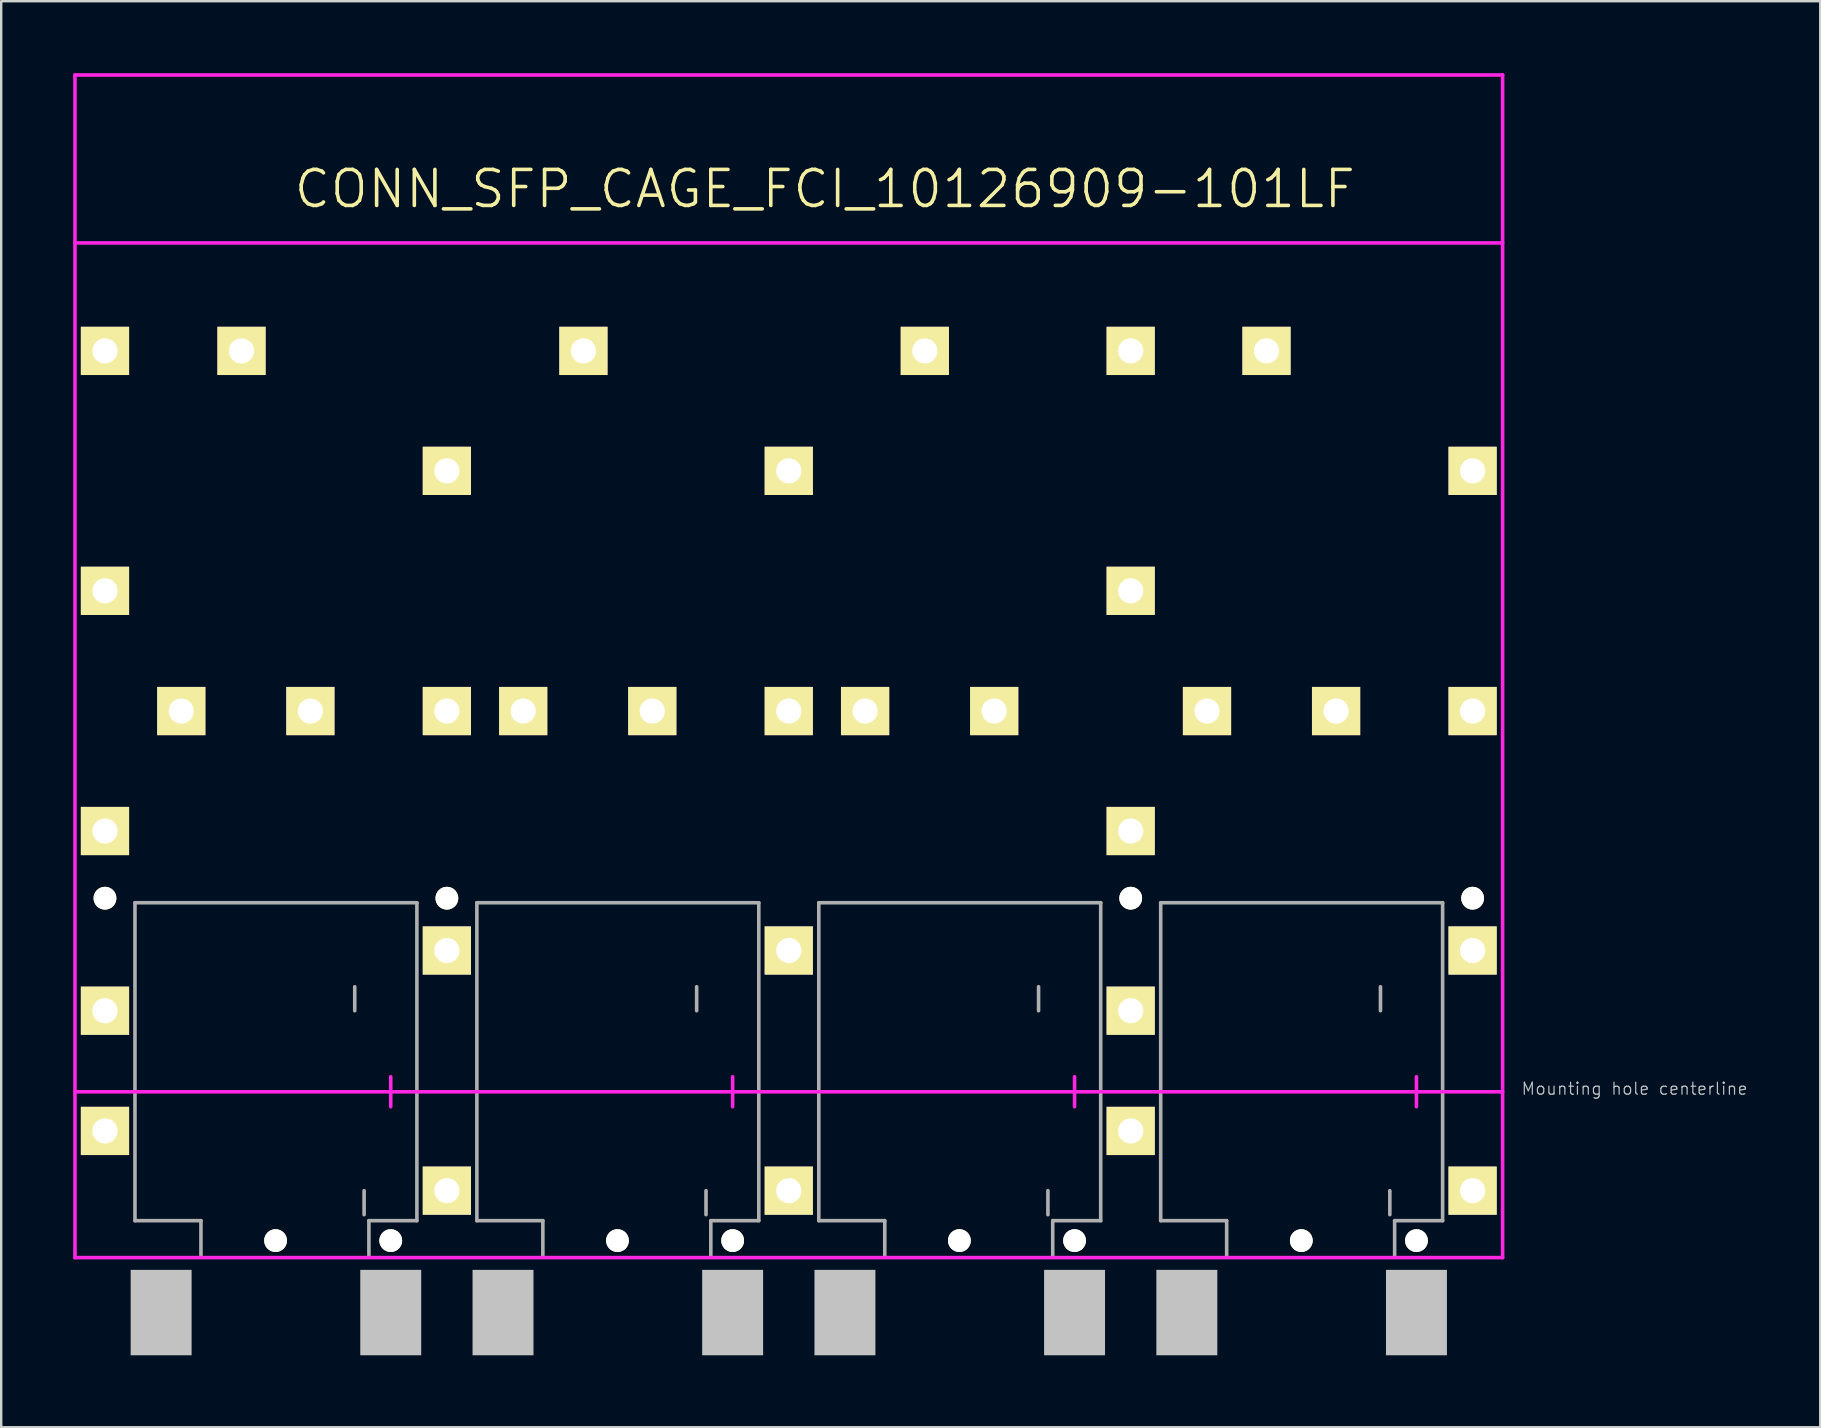
<source format=kicad_pcb>
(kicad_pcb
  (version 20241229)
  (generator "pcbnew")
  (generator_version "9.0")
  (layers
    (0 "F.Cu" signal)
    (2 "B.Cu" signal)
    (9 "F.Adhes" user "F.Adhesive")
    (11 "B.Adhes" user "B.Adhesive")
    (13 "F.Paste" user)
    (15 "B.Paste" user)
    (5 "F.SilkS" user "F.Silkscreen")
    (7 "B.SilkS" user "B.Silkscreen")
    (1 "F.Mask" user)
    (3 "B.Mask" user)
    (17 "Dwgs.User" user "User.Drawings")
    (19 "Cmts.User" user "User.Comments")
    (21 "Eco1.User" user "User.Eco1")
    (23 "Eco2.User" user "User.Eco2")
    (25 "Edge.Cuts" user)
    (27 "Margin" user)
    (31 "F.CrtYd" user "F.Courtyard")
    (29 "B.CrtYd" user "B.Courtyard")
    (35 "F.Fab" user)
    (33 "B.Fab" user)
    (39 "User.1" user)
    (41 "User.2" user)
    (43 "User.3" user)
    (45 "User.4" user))
  (footprint "CONN_SFP_CAGE_FCI_10126909-101LF"
    (layer "F.Cu")
    (at 58.325 7.075)
    (property "Reference" "CONN_SFP_CAGE_FCI_10126909-101LF" (at -27 -2.25 0) (layer "F.SilkS") (effects (font (size 1.5 1.5) (thickness 0.15))))
    (attr through_hole)
    (fp_line (start -58.25 -7) (end -58.25 42.29) (stroke (width 0.15) (type solid)) (layer "F.CrtYd"))
    (fp_line (start -58.25 -7) (end 1.25 -7) (stroke (width 0.15) (type solid)) (layer "F.CrtYd"))
    (fp_line (start -58.25 35.38) (end 1.25 35.38) (stroke (width 0.15) (type solid)) (layer "F.CrtYd"))
    (fp_line (start -58.25 42.29) (end 1.25 42.29) (stroke (width 0.15) (type solid)) (layer "F.CrtYd"))
    (fp_line (start -45.09 34.75) (end -45.09 36) (stroke (width 0.15) (type solid)) (layer "F.CrtYd"))
    (fp_line (start -30.84 34.75) (end -30.84 36) (stroke (width 0.15) (type solid)) (layer "F.CrtYd"))
    (fp_line (start -16.59 34.75) (end -16.59 36) (stroke (width 0.15) (type solid)) (layer "F.CrtYd"))
    (fp_line (start -2.34 34.75) (end -2.34 36) (stroke (width 0.15) (type solid)) (layer "F.CrtYd"))
    (fp_line (start 1.25 -7) (end 1.25 42.29) (stroke (width 0.15) (type solid)) (layer "F.CrtYd"))
    (fp_line (start 1.25 0) (end -58.25 0) (stroke (width 0.15) (type solid)) (layer "F.CrtYd"))
    (fp_line (start -55.75 27.5) (end -44 27.5) (stroke (width 0.15) (type solid)) (layer "F.Fab"))
    (fp_line (start -55.75 40.75) (end -55.75 27.5) (stroke (width 0.15) (type solid)) (layer "F.Fab"))
    (fp_line (start -53 40.75) (end -55.75 40.75) (stroke (width 0.15) (type solid)) (layer "F.Fab"))
    (fp_line (start -53 40.75) (end -53 42.25) (stroke (width 0.15) (type solid)) (layer "F.Fab"))
    (fp_line (start -46.59 31) (end -46.59 32) (stroke (width 0.15) (type solid)) (layer "F.Fab"))
    (fp_line (start -46.2 39.5) (end -46.2 40.5) (stroke (width 0.15) (type solid)) (layer "F.Fab"))
    (fp_line (start -46 40.75) (end -46 42.25) (stroke (width 0.15) (type solid)) (layer "F.Fab"))
    (fp_line (start -44 27.5) (end -44 40.75) (stroke (width 0.15) (type solid)) (layer "F.Fab"))
    (fp_line (start -44 40.75) (end -46 40.75) (stroke (width 0.15) (type solid)) (layer "F.Fab"))
    (fp_line (start -41.5 27.5) (end -29.75 27.5) (stroke (width 0.15) (type solid)) (layer "F.Fab"))
    (fp_line (start -41.5 40.75) (end -41.5 27.5) (stroke (width 0.15) (type solid)) (layer "F.Fab"))
    (fp_line (start -38.75 40.75) (end -41.5 40.75) (stroke (width 0.15) (type solid)) (layer "F.Fab"))
    (fp_line (start -38.75 40.75) (end -38.75 42.25) (stroke (width 0.15) (type solid)) (layer "F.Fab"))
    (fp_line (start -32.34 31) (end -32.34 32) (stroke (width 0.15) (type solid)) (layer "F.Fab"))
    (fp_line (start -31.95 39.5) (end -31.95 40.5) (stroke (width 0.15) (type solid)) (layer "F.Fab"))
    (fp_line (start -31.75 40.75) (end -31.75 42.25) (stroke (width 0.15) (type solid)) (layer "F.Fab"))
    (fp_line (start -29.75 27.5) (end -29.75 40.75) (stroke (width 0.15) (type solid)) (layer "F.Fab"))
    (fp_line (start -29.75 40.75) (end -31.75 40.75) (stroke (width 0.15) (type solid)) (layer "F.Fab"))
    (fp_line (start -27.25 27.5) (end -15.5 27.5) (stroke (width 0.15) (type solid)) (layer "F.Fab"))
    (fp_line (start -27.25 40.75) (end -27.25 27.5) (stroke (width 0.15) (type solid)) (layer "F.Fab"))
    (fp_line (start -24.5 40.75) (end -27.25 40.75) (stroke (width 0.15) (type solid)) (layer "F.Fab"))
    (fp_line (start -24.5 40.75) (end -24.5 42.25) (stroke (width 0.15) (type solid)) (layer "F.Fab"))
    (fp_line (start -18.09 31) (end -18.09 32) (stroke (width 0.15) (type solid)) (layer "F.Fab"))
    (fp_line (start -17.7 39.5) (end -17.7 40.5) (stroke (width 0.15) (type solid)) (layer "F.Fab"))
    (fp_line (start -17.5 40.75) (end -17.5 42.25) (stroke (width 0.15) (type solid)) (layer "F.Fab"))
    (fp_line (start -15.5 27.5) (end -15.5 40.75) (stroke (width 0.15) (type solid)) (layer "F.Fab"))
    (fp_line (start -15.5 40.75) (end -17.5 40.75) (stroke (width 0.15) (type solid)) (layer "F.Fab"))
    (fp_line (start -13 27.5) (end -1.25 27.5) (stroke (width 0.15) (type solid)) (layer "F.Fab"))
    (fp_line (start -13 40.75) (end -13 27.5) (stroke (width 0.15) (type solid)) (layer "F.Fab"))
    (fp_line (start -10.25 40.75) (end -13 40.75) (stroke (width 0.15) (type solid)) (layer "F.Fab"))
    (fp_line (start -10.25 40.75) (end -10.25 42.25) (stroke (width 0.15) (type solid)) (layer "F.Fab"))
    (fp_line (start -3.84 31) (end -3.84 32) (stroke (width 0.15) (type solid)) (layer "F.Fab"))
    (fp_line (start -3.45 39.5) (end -3.45 40.5) (stroke (width 0.15) (type solid)) (layer "F.Fab"))
    (fp_line (start -3.25 40.75) (end -3.25 42.25) (stroke (width 0.15) (type solid)) (layer "F.Fab"))
    (fp_line (start -1.25 27.5) (end -1.25 40.75) (stroke (width 0.15) (type solid)) (layer "F.Fab"))
    (fp_line (start -1.25 40.75) (end -3.25 40.75) (stroke (width 0.15) (type solid)) (layer "F.Fab"))
    (fp_text user "Mounting hole centerline" (at 6.75 35.25 0) (layer "Dwgs.User") (effects (font (size 0.5 0.5) (thickness 0.05))))
    (pad "" np_thru_hole circle (at -57 27.31) (size 0.95 0.95) (drill 0.95) (layers "*.Cu" "*.Mask" "F.SilkS"))
    (pad "" smd rect (at -54.66 44.58) (size 2.54 3.56) (layers "Dwgs.User"))
    (pad "" np_thru_hole circle (at -49.89 41.58) (size 0.95 0.95) (drill 0.95) (layers "*.Cu" "*.Mask" "F.SilkS"))
    (pad "" np_thru_hole circle (at -45.09 41.58) (size 0.95 0.95) (drill 0.95) (layers "*.Cu" "*.Mask" "F.SilkS"))
    (pad "" smd rect (at -45.09 44.58) (size 2.54 3.56) (layers "Dwgs.User"))
    (pad "" np_thru_hole circle (at -42.75 27.31) (size 0.95 0.95) (drill 0.95) (layers "*.Cu" "*.Mask" "F.SilkS"))
    (pad "" smd rect (at -40.41 44.58) (size 2.54 3.56) (layers "Dwgs.User"))
    (pad "" np_thru_hole circle (at -35.64 41.58) (size 0.95 0.95) (drill 0.95) (layers "*.Cu" "*.Mask" "F.SilkS"))
    (pad "" np_thru_hole circle (at -30.84 41.58) (size 0.95 0.95) (drill 0.95) (layers "*.Cu" "*.Mask" "F.SilkS"))
    (pad "" smd rect (at -30.84 44.58) (size 2.54 3.56) (layers "Dwgs.User"))
    (pad "" smd rect (at -26.16 44.58) (size 2.54 3.56) (layers "Dwgs.User"))
    (pad "" np_thru_hole circle (at -21.39 41.58) (size 0.95 0.95) (drill 0.95) (layers "*.Cu" "*.Mask" "F.SilkS"))
    (pad "" np_thru_hole circle (at -16.59 41.58) (size 0.95 0.95) (drill 0.95) (layers "*.Cu" "*.Mask" "F.SilkS"))
    (pad "" smd rect (at -16.59 44.58) (size 2.54 3.56) (layers "Dwgs.User"))
    (pad "" np_thru_hole circle (at -14.25 27.31) (size 0.95 0.95) (drill 0.95) (layers "*.Cu" "*.Mask" "F.SilkS"))
    (pad "" smd rect (at -11.91 44.58) (size 2.54 3.56) (layers "Dwgs.User"))
    (pad "" np_thru_hole circle (at -7.14 41.58) (size 0.95 0.95) (drill 0.95) (layers "*.Cu" "*.Mask" "F.SilkS"))
    (pad "" np_thru_hole circle (at -2.34 41.58) (size 0.95 0.95) (drill 0.95) (layers "*.Cu" "*.Mask" "F.SilkS"))
    (pad "" smd rect (at -2.34 44.58) (size 2.54 3.56) (layers "Dwgs.User"))
    (pad "" np_thru_hole circle (at 0 27.31) (size 0.95 0.95) (drill 0.95) (layers "*.Cu" "*.Mask" "F.SilkS"))
    (pad "1" thru_hole rect (at -57 4.5) (size 2.01 2.01) (drill 1.05) (layers "*.Cu" "*.Mask" "F.SilkS"))
    (pad "1" thru_hole rect (at -57 14.5) (size 2.01 2.01) (drill 1.05) (layers "*.Cu" "*.Mask" "F.SilkS"))
    (pad "1" thru_hole rect (at -57 24.51) (size 2.01 2.01) (drill 1.05) (layers "*.Cu" "*.Mask" "F.SilkS"))
    (pad "1" thru_hole rect (at -57 32) (size 2.01 2.01) (drill 1.05) (layers "*.Cu" "*.Mask" "F.SilkS"))
    (pad "1" thru_hole rect (at -57 37.01) (size 2.01 2.01) (drill 1.05) (layers "*.Cu" "*.Mask" "F.SilkS"))
    (pad "1" thru_hole rect (at -53.82 19.51) (size 2.01 2.01) (drill 1.05) (layers "*.Cu" "*.Mask" "F.SilkS"))
    (pad "1" thru_hole rect (at -51.31 4.5) (size 2.01 2.01) (drill 1.05) (layers "*.Cu" "*.Mask" "F.SilkS"))
    (pad "1" thru_hole rect (at -48.44 19.51) (size 2.01 2.01) (drill 1.05) (layers "*.Cu" "*.Mask" "F.SilkS"))
    (pad "1" thru_hole rect (at -42.75 9.5) (size 2.01 2.01) (drill 1.05) (layers "*.Cu" "*.Mask" "F.SilkS"))
    (pad "1" thru_hole rect (at -42.75 19.51) (size 2.01 2.01) (drill 1.05) (layers "*.Cu" "*.Mask" "F.SilkS"))
    (pad "1" thru_hole rect (at -42.75 29.49) (size 2.01 2.01) (drill 1.05) (layers "*.Cu" "*.Mask" "F.SilkS"))
    (pad "1" thru_hole rect (at -42.75 39.5) (size 2.01 2.01) (drill 1.05) (layers "*.Cu" "*.Mask" "F.SilkS"))
    (pad "1" thru_hole rect (at -39.57 19.51) (size 2.01 2.01) (drill 1.05) (layers "*.Cu" "*.Mask" "F.SilkS"))
    (pad "1" thru_hole rect (at -37.06 4.5) (size 2.01 2.01) (drill 1.05) (layers "*.Cu" "*.Mask" "F.SilkS"))
    (pad "1" thru_hole rect (at -34.19 19.51) (size 2.01 2.01) (drill 1.05) (layers "*.Cu" "*.Mask" "F.SilkS"))
    (pad "1" thru_hole rect (at -28.5 9.5) (size 2.01 2.01) (drill 1.05) (layers "*.Cu" "*.Mask" "F.SilkS"))
    (pad "1" thru_hole rect (at -28.5 19.51) (size 2.01 2.01) (drill 1.05) (layers "*.Cu" "*.Mask" "F.SilkS"))
    (pad "1" thru_hole rect (at -28.5 29.49) (size 2.01 2.01) (drill 1.05) (layers "*.Cu" "*.Mask" "F.SilkS"))
    (pad "1" thru_hole rect (at -28.5 39.5) (size 2.01 2.01) (drill 1.05) (layers "*.Cu" "*.Mask" "F.SilkS"))
    (pad "1" thru_hole rect (at -25.32 19.51) (size 2.01 2.01) (drill 1.05) (layers "*.Cu" "*.Mask" "F.SilkS"))
    (pad "1" thru_hole rect (at -22.83 4.5) (size 2.01 2.01) (drill 1.05) (layers "*.Cu" "*.Mask" "F.SilkS"))
    (pad "1" thru_hole rect (at -19.94 19.51) (size 2.01 2.01) (drill 1.05) (layers "*.Cu" "*.Mask" "F.SilkS"))
    (pad "1" thru_hole rect (at -14.25 4.5) (size 2.01 2.01) (drill 1.05) (layers "*.Cu" "*.Mask" "F.SilkS"))
    (pad "1" thru_hole rect (at -14.25 14.5) (size 2.01 2.01) (drill 1.05) (layers "*.Cu" "*.Mask" "F.SilkS"))
    (pad "1" thru_hole rect (at -14.25 24.51) (size 2.01 2.01) (drill 1.05) (layers "*.Cu" "*.Mask" "F.SilkS"))
    (pad "1" thru_hole rect (at -14.25 32) (size 2.01 2.01) (drill 1.05) (layers "*.Cu" "*.Mask" "F.SilkS"))
    (pad "1" thru_hole rect (at -14.25 37.01) (size 2.01 2.01) (drill 1.05) (layers "*.Cu" "*.Mask" "F.SilkS"))
    (pad "1" thru_hole rect (at -11.07 19.51) (size 2.01 2.01) (drill 1.05) (layers "*.Cu" "*.Mask" "F.SilkS"))
    (pad "1" thru_hole rect (at -8.59 4.5) (size 2.01 2.01) (drill 1.05) (layers "*.Cu" "*.Mask" "F.SilkS"))
    (pad "1" thru_hole rect (at -5.69 19.51) (size 2.01 2.01) (drill 1.05) (layers "*.Cu" "*.Mask" "F.SilkS"))
    (pad "1" thru_hole rect (at 0 9.5) (size 2.01 2.01) (drill 1.05) (layers "*.Cu" "*.Mask" "F.SilkS"))
    (pad "1" thru_hole rect (at 0 19.51) (size 2.01 2.01) (drill 1.05) (layers "*.Cu" "*.Mask" "F.SilkS"))
    (pad "1" thru_hole rect (at 0 29.49) (size 2.01 2.01) (drill 1.05) (layers "*.Cu" "*.Mask" "F.SilkS"))
    (pad "1" thru_hole rect (at 0 39.5) (size 2.01 2.01) (drill 1.05) (layers "*.Cu" "*.Mask" "F.SilkS")))
  (gr_rect
    (start -3 -3)
    (end 72.814 56.435)
    (stroke (width 0.1) (type default))
    (fill no)
    (layer "Edge.Cuts")))
</source>
